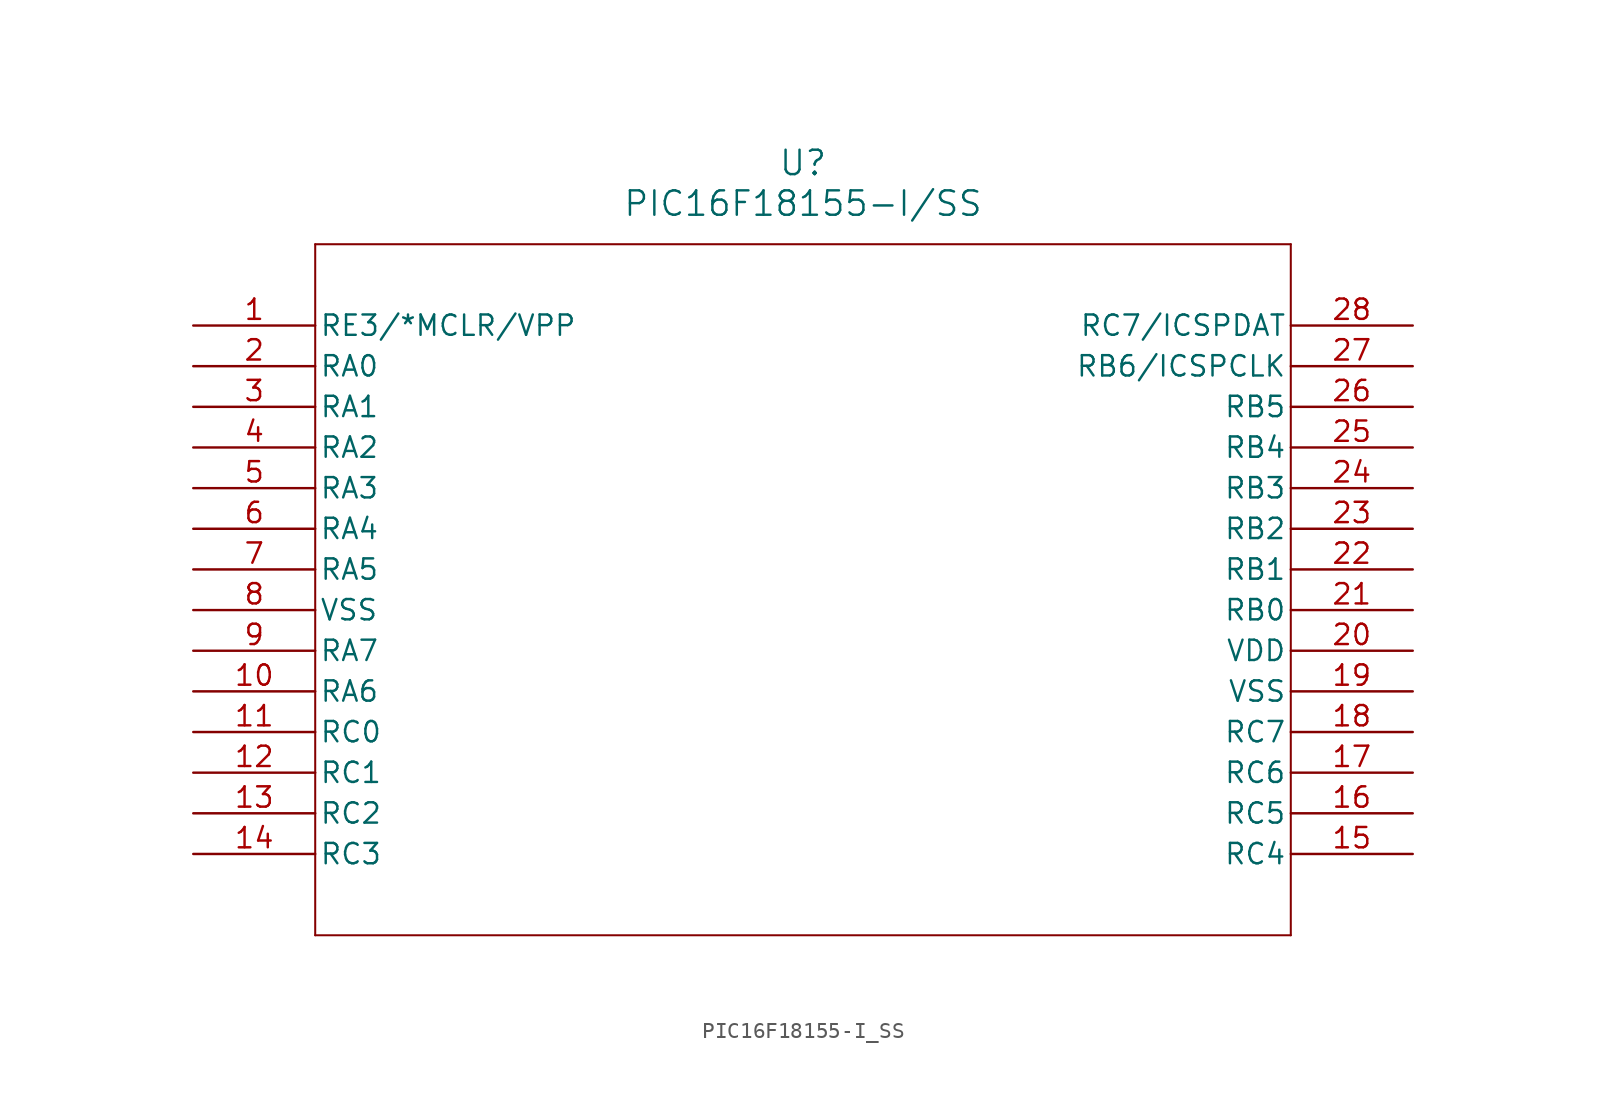
<source format=kicad_sym>
(kicad_symbol_lib
  (version 20211014)
  (generator kicad_symbol_editor)
  (symbol "PIC16F18155-I_SS"
    (pin_names
      (offset 0.254))
    (property "Reference" "U"
      (at 38.1 10.16 0)
      (effects (font (size 1.524 1.524))))
    (property "Value" "PIC16F18155-I/SS"
      (at 38.1 7.62 0)
      (effects (font (size 1.524 1.524))))
    (symbol "PIC16F18155-I_SS_0_1"
      (polyline (pts (xy 7.62 5.08) (xy 7.62 -38.1)) (stroke (width 0.127) (type default) (color 0 0 0 0)) (fill (type none)))
      (polyline (pts (xy 7.62 -38.1) (xy 68.58 -38.1)) (stroke (width 0.127) (type default) (color 0 0 0 0)) (fill (type none)))
      (polyline (pts (xy 68.58 -38.1) (xy 68.58 5.08)) (stroke (width 0.127) (type default) (color 0 0 0 0)) (fill (type none)))
      (polyline (pts (xy 68.58 5.08) (xy 7.62 5.08)) (stroke (width 0.127) (type default) (color 0 0 0 0)) (fill (type none)))
      (pin bidirectional line (at 0 0 0) (length 7.62) (name "RE3/*MCLR/VPP" (effects (font (size 1.27 1.27)))) (number "1" (effects (font (size 1.27 1.27)))))
      (pin bidirectional line (at 0 -2.54 0) (length 7.62) (name "RA0" (effects (font (size 1.27 1.27)))) (number "2" (effects (font (size 1.27 1.27)))))
      (pin bidirectional line (at 0 -5.08 0) (length 7.62) (name "RA1" (effects (font (size 1.27 1.27)))) (number "3" (effects (font (size 1.27 1.27)))))
      (pin bidirectional line (at 0 -7.62 0) (length 7.62) (name "RA2" (effects (font (size 1.27 1.27)))) (number "4" (effects (font (size 1.27 1.27)))))
      (pin bidirectional line (at 0 -10.16 0) (length 7.62) (name "RA3" (effects (font (size 1.27 1.27)))) (number "5" (effects (font (size 1.27 1.27)))))
      (pin bidirectional line (at 0 -12.7 0) (length 7.62) (name "RA4" (effects (font (size 1.27 1.27)))) (number "6" (effects (font (size 1.27 1.27)))))
      (pin bidirectional line (at 0 -15.24 0) (length 7.62) (name "RA5" (effects (font (size 1.27 1.27)))) (number "7" (effects (font (size 1.27 1.27)))))
      (pin power_out line (at 0 -17.78 0) (length 7.62) (name "VSS" (effects (font (size 1.27 1.27)))) (number "8" (effects (font (size 1.27 1.27)))))
      (pin bidirectional line (at 0 -20.32 0) (length 7.62) (name "RA7" (effects (font (size 1.27 1.27)))) (number "9" (effects (font (size 1.27 1.27)))))
      (pin bidirectional line (at 0 -22.86 0) (length 7.62) (name "RA6" (effects (font (size 1.27 1.27)))) (number "10" (effects (font (size 1.27 1.27)))))
      (pin bidirectional line (at 0 -25.4 0) (length 7.62) (name "RC0" (effects (font (size 1.27 1.27)))) (number "11" (effects (font (size 1.27 1.27)))))
      (pin bidirectional line (at 0 -27.94 0) (length 7.62) (name "RC1" (effects (font (size 1.27 1.27)))) (number "12" (effects (font (size 1.27 1.27)))))
      (pin bidirectional line (at 0 -30.48 0) (length 7.62) (name "RC2" (effects (font (size 1.27 1.27)))) (number "13" (effects (font (size 1.27 1.27)))))
      (pin bidirectional line (at 0 -33.02 0) (length 7.62) (name "RC3" (effects (font (size 1.27 1.27)))) (number "14" (effects (font (size 1.27 1.27)))))
      (pin bidirectional line (at 76.2 -33.02 180) (length 7.62) (name "RC4" (effects (font (size 1.27 1.27)))) (number "15" (effects (font (size 1.27 1.27)))))
      (pin bidirectional line (at 76.2 -30.48 180) (length 7.62) (name "RC5" (effects (font (size 1.27 1.27)))) (number "16" (effects (font (size 1.27 1.27)))))
      (pin bidirectional line (at 76.2 -27.94 180) (length 7.62) (name "RC6" (effects (font (size 1.27 1.27)))) (number "17" (effects (font (size 1.27 1.27)))))
      (pin bidirectional line (at 76.2 -25.4 180) (length 7.62) (name "RC7" (effects (font (size 1.27 1.27)))) (number "18" (effects (font (size 1.27 1.27)))))
      (pin power_out line (at 76.2 -22.86 180) (length 7.62) (name "VSS" (effects (font (size 1.27 1.27)))) (number "19" (effects (font (size 1.27 1.27)))))
      (pin power_in line (at 76.2 -20.32 180) (length 7.62) (name "VDD" (effects (font (size 1.27 1.27)))) (number "20" (effects (font (size 1.27 1.27)))))
      (pin bidirectional line (at 76.2 -17.78 180) (length 7.62) (name "RB0" (effects (font (size 1.27 1.27)))) (number "21" (effects (font (size 1.27 1.27)))))
      (pin bidirectional line (at 76.2 -15.24 180) (length 7.62) (name "RB1" (effects (font (size 1.27 1.27)))) (number "22" (effects (font (size 1.27 1.27)))))
      (pin bidirectional line (at 76.2 -12.7 180) (length 7.62) (name "RB2" (effects (font (size 1.27 1.27)))) (number "23" (effects (font (size 1.27 1.27)))))
      (pin bidirectional line (at 76.2 -10.16 180) (length 7.62) (name "RB3" (effects (font (size 1.27 1.27)))) (number "24" (effects (font (size 1.27 1.27)))))
      (pin bidirectional line (at 76.2 -7.62 180) (length 7.62) (name "RB4" (effects (font (size 1.27 1.27)))) (number "25" (effects (font (size 1.27 1.27)))))
      (pin bidirectional line (at 76.2 -5.08 180) (length 7.62) (name "RB5" (effects (font (size 1.27 1.27)))) (number "26" (effects (font (size 1.27 1.27)))))
      (pin bidirectional line (at 76.2 -2.54 180) (length 7.62) (name "RB6/ICSPCLK" (effects (font (size 1.27 1.27)))) (number "27" (effects (font (size 1.27 1.27)))))
      (pin bidirectional line (at 76.2 0 180) (length 7.62) (name "RC7/ICSPDAT" (effects (font (size 1.27 1.27)))) (number "28" (effects (font (size 1.27 1.27))))))))
</source>
